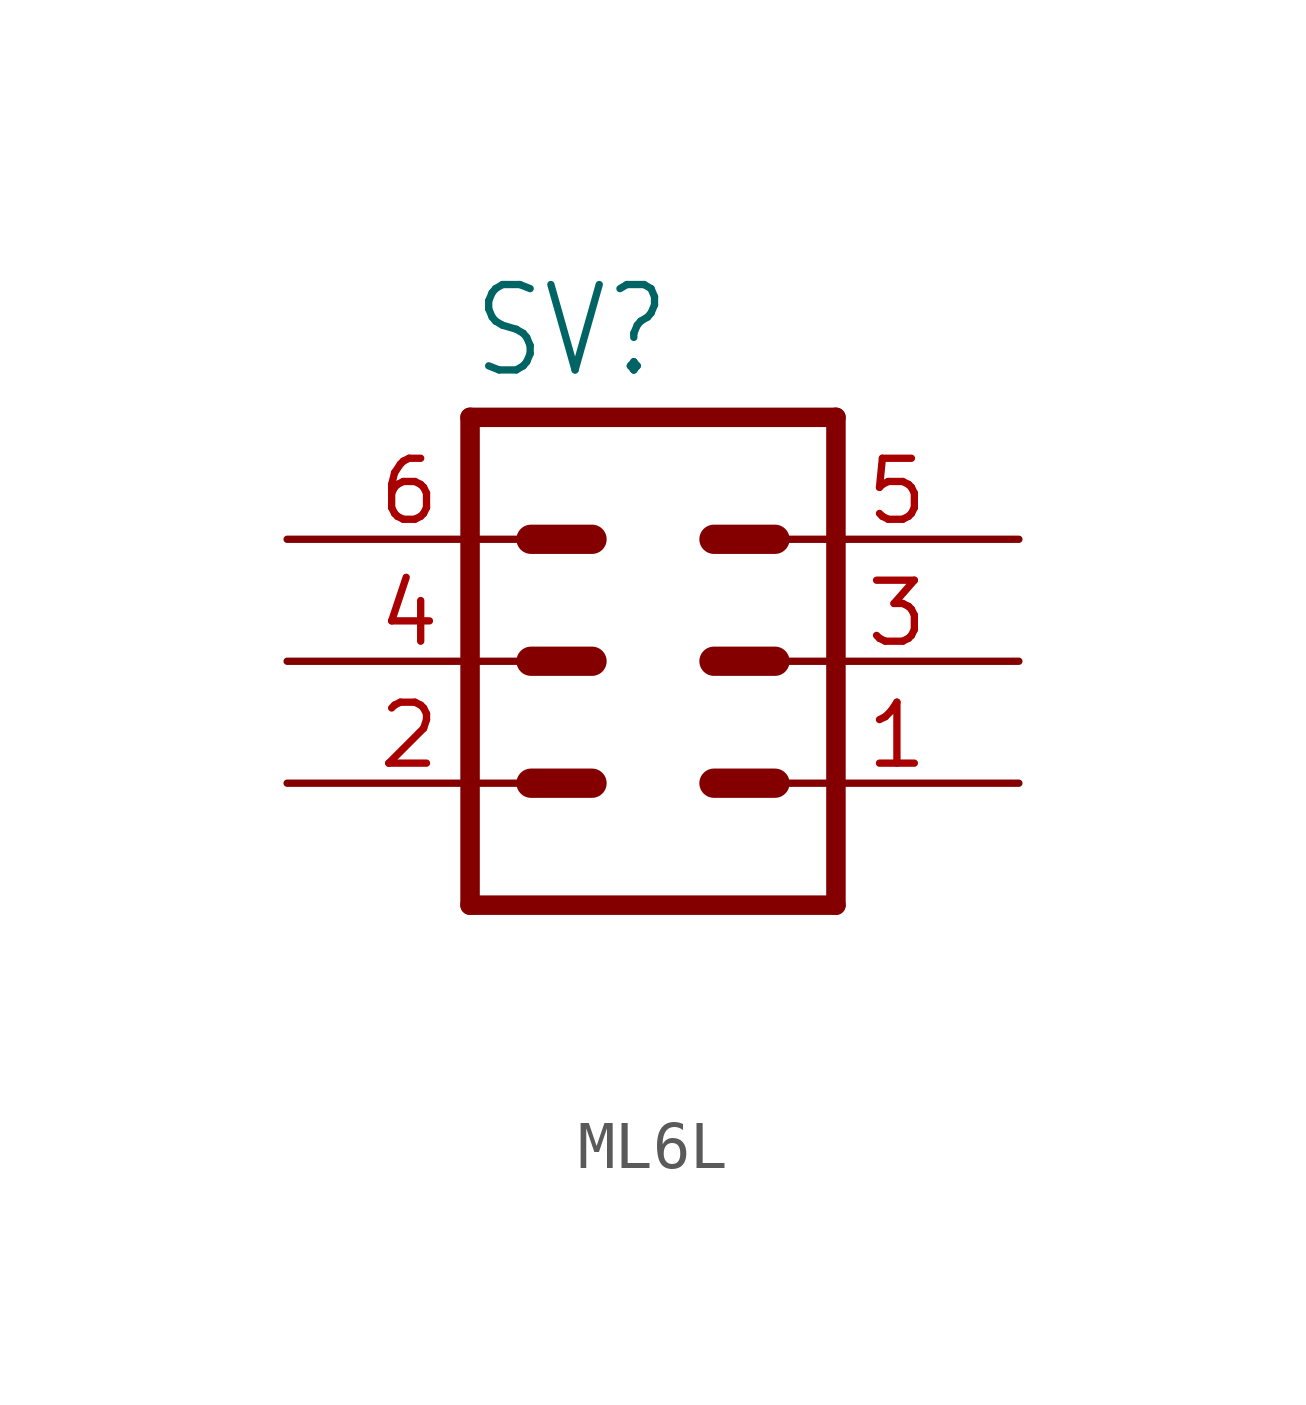
<source format=kicad_sym>
(kicad_symbol_lib
  (version 20231120)
  (generator "kicad_symbol_editor")
  (generator_version "8.0")
  (symbol "ML6L"
    (property "Reference" "SV"
      (at -3.81 5.842 0)
      (effects (font (size 1.778 1.511)) (justify left bottom)))
    (property "Value" ""
      (at -3.81 -7.62 0)
      (effects (font (size 1.778 1.511)) (justify left bottom)))
    (property "ki_locked" ""
      (at 0 0 0)
      (effects (font (size 1.27 1.27))))
    (symbol "ML6L_1_0"
      (polyline (pts (xy -3.81 5.08) (xy -3.81 -5.08)) (stroke (width 0.406) (type solid)) (fill (type none)))
      (polyline (pts (xy -3.81 5.08) (xy 3.81 5.08)) (stroke (width 0.406) (type solid)) (fill (type none)))
      (polyline (pts (xy -2.54 -2.54) (xy -1.27 -2.54)) (stroke (width 0.61) (type solid)) (fill (type none)))
      (polyline (pts (xy -2.54 0) (xy -1.27 0)) (stroke (width 0.61) (type solid)) (fill (type none)))
      (polyline (pts (xy -2.54 2.54) (xy -1.27 2.54)) (stroke (width 0.61) (type solid)) (fill (type none)))
      (polyline (pts (xy 1.27 -2.54) (xy 2.54 -2.54)) (stroke (width 0.61) (type solid)) (fill (type none)))
      (polyline (pts (xy 1.27 0) (xy 2.54 0)) (stroke (width 0.61) (type solid)) (fill (type none)))
      (polyline (pts (xy 1.27 2.54) (xy 2.54 2.54)) (stroke (width 0.61) (type solid)) (fill (type none)))
      (polyline (pts (xy 3.81 -5.08) (xy -3.81 -5.08)) (stroke (width 0.406) (type solid)) (fill (type none)))
      (polyline (pts (xy 3.81 -5.08) (xy 3.81 5.08)) (stroke (width 0.406) (type solid)) (fill (type none)))
      (pin passive line (at 7.62 -2.54 180) (length 5.08) (name "1" (effects (font (size 0 0)))) (number "1" (effects (font (size 1.27 1.27)))))
      (pin passive line (at -7.62 -2.54 0) (length 5.08) (name "2" (effects (font (size 0 0)))) (number "2" (effects (font (size 1.27 1.27)))))
      (pin passive line (at 7.62 0 180) (length 5.08) (name "3" (effects (font (size 0 0)))) (number "3" (effects (font (size 1.27 1.27)))))
      (pin passive line (at -7.62 0 0) (length 5.08) (name "4" (effects (font (size 0 0)))) (number "4" (effects (font (size 1.27 1.27)))))
      (pin passive line (at 7.62 2.54 180) (length 5.08) (name "5" (effects (font (size 0 0)))) (number "5" (effects (font (size 1.27 1.27)))))
      (pin passive line (at -7.62 2.54 0) (length 5.08) (name "6" (effects (font (size 0 0)))) (number "6" (effects (font (size 1.27 1.27))))))))
</source>
